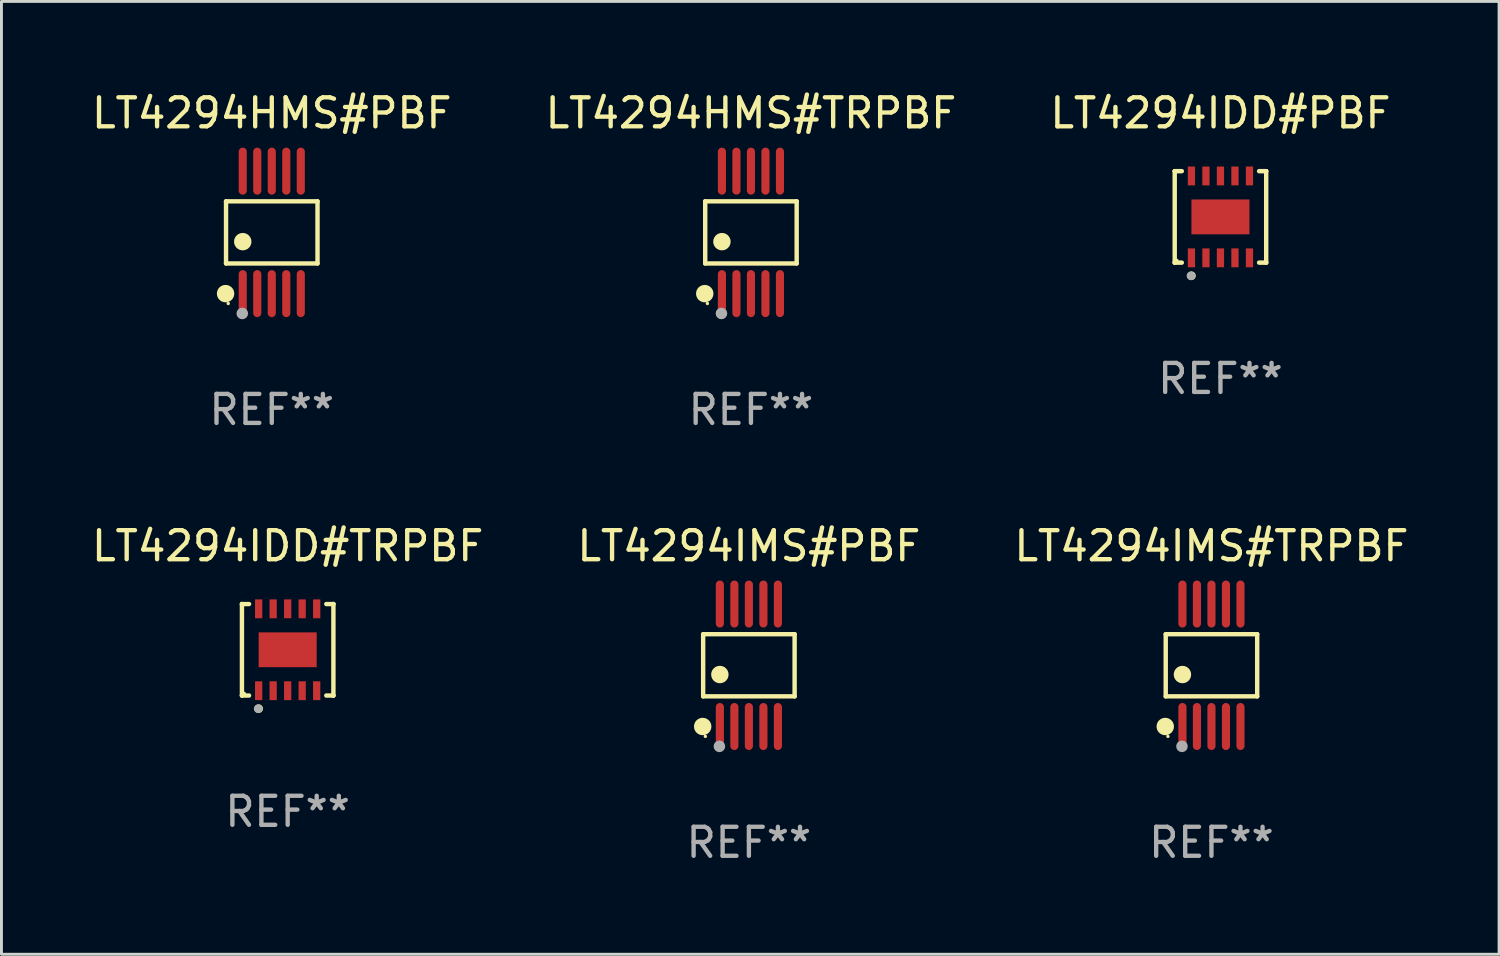
<source format=kicad_pcb>
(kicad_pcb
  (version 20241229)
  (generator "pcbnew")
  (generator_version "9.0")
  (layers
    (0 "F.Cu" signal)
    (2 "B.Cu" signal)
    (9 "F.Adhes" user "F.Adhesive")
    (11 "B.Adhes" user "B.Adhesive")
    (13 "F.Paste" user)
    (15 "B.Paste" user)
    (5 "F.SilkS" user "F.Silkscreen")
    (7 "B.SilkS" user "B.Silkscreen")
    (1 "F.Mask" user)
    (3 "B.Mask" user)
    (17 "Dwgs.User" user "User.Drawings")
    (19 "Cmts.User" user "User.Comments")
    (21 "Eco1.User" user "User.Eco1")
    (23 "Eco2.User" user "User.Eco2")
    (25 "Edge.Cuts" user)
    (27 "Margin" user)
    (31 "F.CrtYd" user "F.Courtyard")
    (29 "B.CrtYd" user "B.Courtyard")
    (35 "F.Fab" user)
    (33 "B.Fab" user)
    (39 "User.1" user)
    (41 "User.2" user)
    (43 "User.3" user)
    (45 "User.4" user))
  (footprint "LT4294HMS#TRPBF"
    (layer "F.Cu")
    (at 22.827 4.958)
    (property "Reference" "LT4294HMS#TRPBF" (at 0 -4.11 0) (layer "F.SilkS") (effects (font (size 1 1) (thickness 0.15))))
    (attr through_hole)
    (fp_line (start -1.576 -1.071) (end 1.576 -1.071) (stroke (width 0.152) (type solid)) (layer "F.SilkS"))
    (fp_line (start -1.576 1.071) (end -1.576 -1.071) (stroke (width 0.152) (type solid)) (layer "F.SilkS"))
    (fp_line (start 1.576 -1.071) (end 1.576 1.071) (stroke (width 0.152) (type solid)) (layer "F.SilkS"))
    (fp_line (start 1.576 1.071) (end -1.576 1.071) (stroke (width 0.152) (type solid)) (layer "F.SilkS"))
    (fp_circle (center -1.592 2.11) (end -1.442 2.11) (stroke (width 0.3) (type solid)) (fill no) (layer "F.SilkS"))
    (fp_circle (center -1.5 2.45) (end -1.47 2.45) (stroke (width 0.06) (type solid)) (fill no) (layer "F.SilkS"))
    (fp_circle (center -1 0.319) (end -0.85 0.319) (stroke (width 0.3) (type solid)) (fill no) (layer "F.SilkS"))
    (fp_circle (center -1.016 2.794) (end -0.916 2.794) (stroke (width 0.2) (type solid)) (fill no) (layer "F.Fab"))
    (fp_text user "REF**" (at 0 6.11 0) (layer "F.Fab") (effects (font (size 1 1) (thickness 0.15))))
    (pad "1" smd oval (at -1 2.11) (size 0.28 1.62) (layers "F.Cu" "F.Mask" "F.Paste"))
    (pad "2" smd oval (at -0.5 2.11) (size 0.28 1.62) (layers "F.Cu" "F.Mask" "F.Paste"))
    (pad "3" smd oval (at 0 2.11) (size 0.28 1.62) (layers "F.Cu" "F.Mask" "F.Paste"))
    (pad "4" smd oval (at 0.5 2.11) (size 0.28 1.62) (layers "F.Cu" "F.Mask" "F.Paste"))
    (pad "5" smd oval (at 1 2.11) (size 0.28 1.62) (layers "F.Cu" "F.Mask" "F.Paste"))
    (pad "6" smd oval (at 1 -2.11) (size 0.28 1.62) (layers "F.Cu" "F.Mask" "F.Paste"))
    (pad "7" smd oval (at 0.5 -2.11) (size 0.28 1.62) (layers "F.Cu" "F.Mask" "F.Paste"))
    (pad "8" smd oval (at 0 -2.11) (size 0.28 1.62) (layers "F.Cu" "F.Mask" "F.Paste"))
    (pad "9" smd oval (at -0.5 -2.11) (size 0.28 1.62) (layers "F.Cu" "F.Mask" "F.Paste"))
    (pad "10" smd oval (at -1 -2.11) (size 0.28 1.62) (layers "F.Cu" "F.Mask" "F.Paste")))
  (footprint "LT4294IMS#TRPBF"
    (layer "F.Cu")
    (at 38.696 19.875)
    (property "Reference" "LT4294IMS#TRPBF" (at 0 -4.11 0) (layer "F.SilkS") (effects (font (size 1 1) (thickness 0.15))))
    (attr through_hole)
    (fp_line (start -1.576 -1.071) (end 1.576 -1.071) (stroke (width 0.152) (type solid)) (layer "F.SilkS"))
    (fp_line (start -1.576 1.071) (end -1.576 -1.071) (stroke (width 0.152) (type solid)) (layer "F.SilkS"))
    (fp_line (start 1.576 -1.071) (end 1.576 1.071) (stroke (width 0.152) (type solid)) (layer "F.SilkS"))
    (fp_line (start 1.576 1.071) (end -1.576 1.071) (stroke (width 0.152) (type solid)) (layer "F.SilkS"))
    (fp_circle (center -1.592 2.11) (end -1.442 2.11) (stroke (width 0.3) (type solid)) (fill no) (layer "F.SilkS"))
    (fp_circle (center -1.5 2.45) (end -1.47 2.45) (stroke (width 0.06) (type solid)) (fill no) (layer "F.SilkS"))
    (fp_circle (center -1 0.319) (end -0.85 0.319) (stroke (width 0.3) (type solid)) (fill no) (layer "F.SilkS"))
    (fp_circle (center -1.016 2.794) (end -0.916 2.794) (stroke (width 0.2) (type solid)) (fill no) (layer "F.Fab"))
    (fp_text user "REF**" (at 0 6.11 0) (layer "F.Fab") (effects (font (size 1 1) (thickness 0.15))))
    (pad "1" smd oval (at -1 2.11) (size 0.28 1.62) (layers "F.Cu" "F.Mask" "F.Paste"))
    (pad "2" smd oval (at -0.5 2.11) (size 0.28 1.62) (layers "F.Cu" "F.Mask" "F.Paste"))
    (pad "3" smd oval (at 0 2.11) (size 0.28 1.62) (layers "F.Cu" "F.Mask" "F.Paste"))
    (pad "4" smd oval (at 0.5 2.11) (size 0.28 1.62) (layers "F.Cu" "F.Mask" "F.Paste"))
    (pad "5" smd oval (at 1 2.11) (size 0.28 1.62) (layers "F.Cu" "F.Mask" "F.Paste"))
    (pad "6" smd oval (at 1 -2.11) (size 0.28 1.62) (layers "F.Cu" "F.Mask" "F.Paste"))
    (pad "7" smd oval (at 0.5 -2.11) (size 0.28 1.62) (layers "F.Cu" "F.Mask" "F.Paste"))
    (pad "8" smd oval (at 0 -2.11) (size 0.28 1.62) (layers "F.Cu" "F.Mask" "F.Paste"))
    (pad "9" smd oval (at -0.5 -2.11) (size 0.28 1.62) (layers "F.Cu" "F.Mask" "F.Paste"))
    (pad "10" smd oval (at -1 -2.11) (size 0.28 1.62) (layers "F.Cu" "F.Mask" "F.Paste")))
  (footprint "LT4294HMS#PBF"
    (layer "F.Cu")
    (at 6.315 4.958)
    (property "Reference" "LT4294HMS#PBF" (at 0 -4.11 0) (layer "F.SilkS") (effects (font (size 1 1) (thickness 0.15))))
    (attr through_hole)
    (fp_line (start -1.576 -1.071) (end 1.576 -1.071) (stroke (width 0.152) (type solid)) (layer "F.SilkS"))
    (fp_line (start -1.576 1.071) (end -1.576 -1.071) (stroke (width 0.152) (type solid)) (layer "F.SilkS"))
    (fp_line (start 1.576 -1.071) (end 1.576 1.071) (stroke (width 0.152) (type solid)) (layer "F.SilkS"))
    (fp_line (start 1.576 1.071) (end -1.576 1.071) (stroke (width 0.152) (type solid)) (layer "F.SilkS"))
    (fp_circle (center -1.592 2.11) (end -1.442 2.11) (stroke (width 0.3) (type solid)) (fill no) (layer "F.SilkS"))
    (fp_circle (center -1.5 2.45) (end -1.47 2.45) (stroke (width 0.06) (type solid)) (fill no) (layer "F.SilkS"))
    (fp_circle (center -1 0.319) (end -0.85 0.319) (stroke (width 0.3) (type solid)) (fill no) (layer "F.SilkS"))
    (fp_circle (center -1.016 2.794) (end -0.916 2.794) (stroke (width 0.2) (type solid)) (fill no) (layer "F.Fab"))
    (fp_text user "REF**" (at 0 6.11 0) (layer "F.Fab") (effects (font (size 1 1) (thickness 0.15))))
    (pad "1" smd oval (at -1 2.11) (size 0.28 1.62) (layers "F.Cu" "F.Mask" "F.Paste"))
    (pad "2" smd oval (at -0.5 2.11) (size 0.28 1.62) (layers "F.Cu" "F.Mask" "F.Paste"))
    (pad "3" smd oval (at 0 2.11) (size 0.28 1.62) (layers "F.Cu" "F.Mask" "F.Paste"))
    (pad "4" smd oval (at 0.5 2.11) (size 0.28 1.62) (layers "F.Cu" "F.Mask" "F.Paste"))
    (pad "5" smd oval (at 1 2.11) (size 0.28 1.62) (layers "F.Cu" "F.Mask" "F.Paste"))
    (pad "6" smd oval (at 1 -2.11) (size 0.28 1.62) (layers "F.Cu" "F.Mask" "F.Paste"))
    (pad "7" smd oval (at 0.5 -2.11) (size 0.28 1.62) (layers "F.Cu" "F.Mask" "F.Paste"))
    (pad "8" smd oval (at 0 -2.11) (size 0.28 1.62) (layers "F.Cu" "F.Mask" "F.Paste"))
    (pad "9" smd oval (at -0.5 -2.11) (size 0.28 1.62) (layers "F.Cu" "F.Mask" "F.Paste"))
    (pad "10" smd oval (at -1 -2.11) (size 0.28 1.62) (layers "F.Cu" "F.Mask" "F.Paste")))
  (footprint "LT4294IDD#PBF"
    (layer "F.Cu")
    (at 39.006 4.424)
    (property "Reference" "LT4294IDD#PBF" (at 0 -3.576 0) (layer "F.SilkS") (effects (font (size 1 1) (thickness 0.15))))
    (attr through_hole)
    (fp_line (start -1.576 -1.576) (end -1.576 -1.576) (stroke (width 0.152) (type solid)) (layer "F.SilkS"))
    (fp_line (start -1.576 -1.576) (end -1.331 -1.576) (stroke (width 0.152) (type solid)) (layer "F.SilkS"))
    (fp_line (start -1.576 1.576) (end -1.576 -1.576) (stroke (width 0.152) (type solid)) (layer "F.SilkS"))
    (fp_line (start -1.576 1.576) (end -1.576 1.576) (stroke (width 0.152) (type solid)) (layer "F.SilkS"))
    (fp_line (start -1.331 1.576) (end -1.576 1.576) (stroke (width 0.152) (type solid)) (layer "F.SilkS"))
    (fp_line (start 1.331 1.576) (end 1.576 1.576) (stroke (width 0.152) (type solid)) (layer "F.SilkS"))
    (fp_line (start 1.576 -1.576) (end 1.331 -1.576) (stroke (width 0.152) (type solid)) (layer "F.SilkS"))
    (fp_line (start 1.576 -1.576) (end 1.576 -1.576) (stroke (width 0.152) (type solid)) (layer "F.SilkS"))
    (fp_line (start 1.576 1.576) (end 1.576 -1.576) (stroke (width 0.152) (type solid)) (layer "F.SilkS"))
    (fp_line (start 1.576 1.576) (end 1.576 1.576) (stroke (width 0.152) (type solid)) (layer "F.SilkS"))
    (fp_circle (center -1.5 1.5) (end -1.47 1.5) (stroke (width 0.06) (type solid)) (fill no) (layer "F.SilkS"))
    (fp_circle (center -1 2.028) (end -0.925 2.028) (stroke (width 0.15) (type solid)) (fill no) (layer "F.SilkS"))
    (fp_circle (center -1.016 2.032) (end -0.941 2.032) (stroke (width 0.15) (type solid)) (fill no) (layer "F.Fab"))
    (fp_text user "REF**" (at 0 5.576 0) (layer "F.Fab") (effects (font (size 1 1) (thickness 0.15))))
    (pad "1" smd rect (at -1 1.411) (size 0.25 0.65) (layers "F.Cu" "F.Mask" "F.Paste"))
    (pad "2" smd rect (at -0.5 1.411) (size 0.25 0.65) (layers "F.Cu" "F.Mask" "F.Paste"))
    (pad "3" smd rect (at 0 1.411) (size 0.25 0.65) (layers "F.Cu" "F.Mask" "F.Paste"))
    (pad "4" smd rect (at 0.5 1.411) (size 0.25 0.65) (layers "F.Cu" "F.Mask" "F.Paste"))
    (pad "5" smd rect (at 1 1.411) (size 0.25 0.65) (layers "F.Cu" "F.Mask" "F.Paste"))
    (pad "6" smd rect (at 1 -1.411) (size 0.25 0.65) (layers "F.Cu" "F.Mask" "F.Paste"))
    (pad "7" smd rect (at 0.5 -1.411) (size 0.25 0.65) (layers "F.Cu" "F.Mask" "F.Paste"))
    (pad "8" smd rect (at 0 -1.411) (size 0.25 0.65) (layers "F.Cu" "F.Mask" "F.Paste"))
    (pad "9" smd rect (at -0.5 -1.411) (size 0.25 0.65) (layers "F.Cu" "F.Mask" "F.Paste"))
    (pad "10" smd rect (at -1 -1.411) (size 0.25 0.65) (layers "F.Cu" "F.Mask" "F.Paste"))
    (pad "11" smd rect (at 0 0) (size 2 1.2) (layers "F.Cu" "F.Mask" "F.Paste")))
  (footprint "LT4294IDD#TRPBF"
    (layer "F.Cu")
    (at 6.863 19.341)
    (property "Reference" "LT4294IDD#TRPBF" (at 0 -3.576 0) (layer "F.SilkS") (effects (font (size 1 1) (thickness 0.15))))
    (attr through_hole)
    (fp_line (start -1.576 -1.576) (end -1.576 -1.576) (stroke (width 0.152) (type solid)) (layer "F.SilkS"))
    (fp_line (start -1.576 -1.576) (end -1.331 -1.576) (stroke (width 0.152) (type solid)) (layer "F.SilkS"))
    (fp_line (start -1.576 1.576) (end -1.576 -1.576) (stroke (width 0.152) (type solid)) (layer "F.SilkS"))
    (fp_line (start -1.576 1.576) (end -1.576 1.576) (stroke (width 0.152) (type solid)) (layer "F.SilkS"))
    (fp_line (start -1.331 1.576) (end -1.576 1.576) (stroke (width 0.152) (type solid)) (layer "F.SilkS"))
    (fp_line (start 1.331 1.576) (end 1.576 1.576) (stroke (width 0.152) (type solid)) (layer "F.SilkS"))
    (fp_line (start 1.576 -1.576) (end 1.331 -1.576) (stroke (width 0.152) (type solid)) (layer "F.SilkS"))
    (fp_line (start 1.576 -1.576) (end 1.576 -1.576) (stroke (width 0.152) (type solid)) (layer "F.SilkS"))
    (fp_line (start 1.576 1.576) (end 1.576 -1.576) (stroke (width 0.152) (type solid)) (layer "F.SilkS"))
    (fp_line (start 1.576 1.576) (end 1.576 1.576) (stroke (width 0.152) (type solid)) (layer "F.SilkS"))
    (fp_circle (center -1.5 1.5) (end -1.47 1.5) (stroke (width 0.06) (type solid)) (fill no) (layer "F.SilkS"))
    (fp_circle (center -1 2.028) (end -0.925 2.028) (stroke (width 0.15) (type solid)) (fill no) (layer "F.SilkS"))
    (fp_circle (center -1.016 2.032) (end -0.941 2.032) (stroke (width 0.15) (type solid)) (fill no) (layer "F.Fab"))
    (fp_text user "REF**" (at 0 5.576 0) (layer "F.Fab") (effects (font (size 1 1) (thickness 0.15))))
    (pad "1" smd rect (at -1 1.411) (size 0.25 0.65) (layers "F.Cu" "F.Mask" "F.Paste"))
    (pad "2" smd rect (at -0.5 1.411) (size 0.25 0.65) (layers "F.Cu" "F.Mask" "F.Paste"))
    (pad "3" smd rect (at 0 1.411) (size 0.25 0.65) (layers "F.Cu" "F.Mask" "F.Paste"))
    (pad "4" smd rect (at 0.5 1.411) (size 0.25 0.65) (layers "F.Cu" "F.Mask" "F.Paste"))
    (pad "5" smd rect (at 1 1.411) (size 0.25 0.65) (layers "F.Cu" "F.Mask" "F.Paste"))
    (pad "6" smd rect (at 1 -1.411) (size 0.25 0.65) (layers "F.Cu" "F.Mask" "F.Paste"))
    (pad "7" smd rect (at 0.5 -1.411) (size 0.25 0.65) (layers "F.Cu" "F.Mask" "F.Paste"))
    (pad "8" smd rect (at 0 -1.411) (size 0.25 0.65) (layers "F.Cu" "F.Mask" "F.Paste"))
    (pad "9" smd rect (at -0.5 -1.411) (size 0.25 0.65) (layers "F.Cu" "F.Mask" "F.Paste"))
    (pad "10" smd rect (at -1 -1.411) (size 0.25 0.65) (layers "F.Cu" "F.Mask" "F.Paste"))
    (pad "11" smd rect (at 0 0) (size 2 1.2) (layers "F.Cu" "F.Mask" "F.Paste")))
  (footprint "LT4294IMS#PBF"
    (layer "F.Cu")
    (at 22.756 19.875)
    (property "Reference" "LT4294IMS#PBF" (at 0 -4.11 0) (layer "F.SilkS") (effects (font (size 1 1) (thickness 0.15))))
    (attr through_hole)
    (fp_line (start -1.576 -1.071) (end 1.576 -1.071) (stroke (width 0.152) (type solid)) (layer "F.SilkS"))
    (fp_line (start -1.576 1.071) (end -1.576 -1.071) (stroke (width 0.152) (type solid)) (layer "F.SilkS"))
    (fp_line (start 1.576 -1.071) (end 1.576 1.071) (stroke (width 0.152) (type solid)) (layer "F.SilkS"))
    (fp_line (start 1.576 1.071) (end -1.576 1.071) (stroke (width 0.152) (type solid)) (layer "F.SilkS"))
    (fp_circle (center -1.592 2.11) (end -1.442 2.11) (stroke (width 0.3) (type solid)) (fill no) (layer "F.SilkS"))
    (fp_circle (center -1.5 2.45) (end -1.47 2.45) (stroke (width 0.06) (type solid)) (fill no) (layer "F.SilkS"))
    (fp_circle (center -1 0.319) (end -0.85 0.319) (stroke (width 0.3) (type solid)) (fill no) (layer "F.SilkS"))
    (fp_circle (center -1.016 2.794) (end -0.916 2.794) (stroke (width 0.2) (type solid)) (fill no) (layer "F.Fab"))
    (fp_text user "REF**" (at 0 6.11 0) (layer "F.Fab") (effects (font (size 1 1) (thickness 0.15))))
    (pad "1" smd oval (at -1 2.11) (size 0.28 1.62) (layers "F.Cu" "F.Mask" "F.Paste"))
    (pad "2" smd oval (at -0.5 2.11) (size 0.28 1.62) (layers "F.Cu" "F.Mask" "F.Paste"))
    (pad "3" smd oval (at 0 2.11) (size 0.28 1.62) (layers "F.Cu" "F.Mask" "F.Paste"))
    (pad "4" smd oval (at 0.5 2.11) (size 0.28 1.62) (layers "F.Cu" "F.Mask" "F.Paste"))
    (pad "5" smd oval (at 1 2.11) (size 0.28 1.62) (layers "F.Cu" "F.Mask" "F.Paste"))
    (pad "6" smd oval (at 1 -2.11) (size 0.28 1.62) (layers "F.Cu" "F.Mask" "F.Paste"))
    (pad "7" smd oval (at 0.5 -2.11) (size 0.28 1.62) (layers "F.Cu" "F.Mask" "F.Paste"))
    (pad "8" smd oval (at 0 -2.11) (size 0.28 1.62) (layers "F.Cu" "F.Mask" "F.Paste"))
    (pad "9" smd oval (at -0.5 -2.11) (size 0.28 1.62) (layers "F.Cu" "F.Mask" "F.Paste"))
    (pad "10" smd oval (at -1 -2.11) (size 0.28 1.62) (layers "F.Cu" "F.Mask" "F.Paste")))
  (gr_rect
    (start -3 -3)
    (end 48.607 29.833)
    (stroke (width 0.1) (type default))
    (fill no)
    (layer "Edge.Cuts")))
</source>
